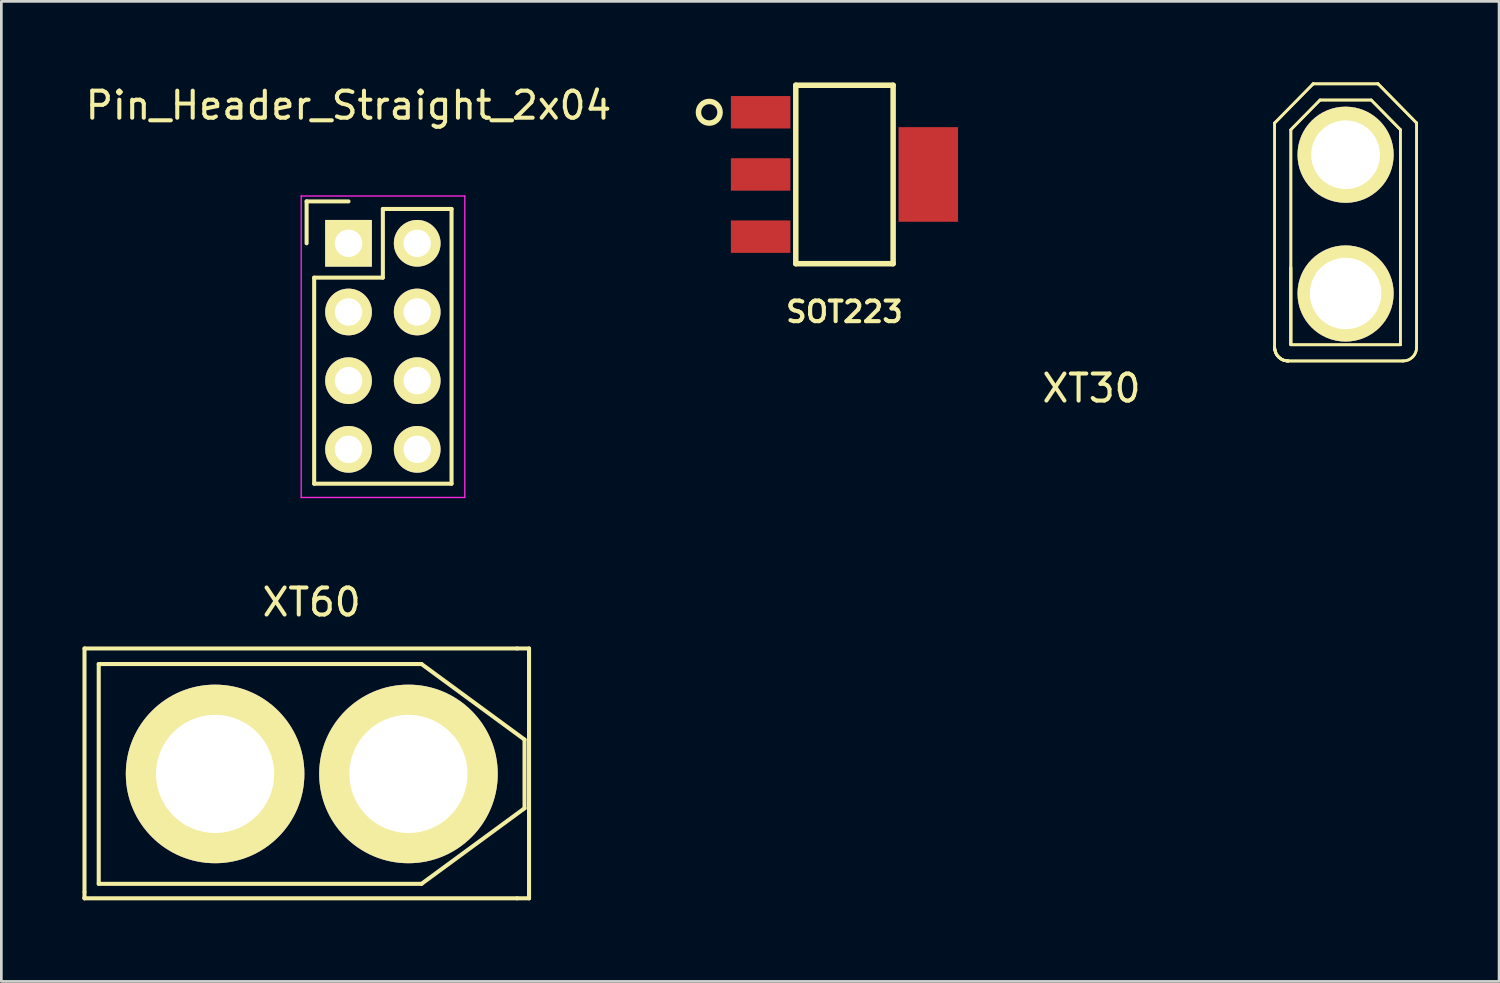
<source format=kicad_pcb>
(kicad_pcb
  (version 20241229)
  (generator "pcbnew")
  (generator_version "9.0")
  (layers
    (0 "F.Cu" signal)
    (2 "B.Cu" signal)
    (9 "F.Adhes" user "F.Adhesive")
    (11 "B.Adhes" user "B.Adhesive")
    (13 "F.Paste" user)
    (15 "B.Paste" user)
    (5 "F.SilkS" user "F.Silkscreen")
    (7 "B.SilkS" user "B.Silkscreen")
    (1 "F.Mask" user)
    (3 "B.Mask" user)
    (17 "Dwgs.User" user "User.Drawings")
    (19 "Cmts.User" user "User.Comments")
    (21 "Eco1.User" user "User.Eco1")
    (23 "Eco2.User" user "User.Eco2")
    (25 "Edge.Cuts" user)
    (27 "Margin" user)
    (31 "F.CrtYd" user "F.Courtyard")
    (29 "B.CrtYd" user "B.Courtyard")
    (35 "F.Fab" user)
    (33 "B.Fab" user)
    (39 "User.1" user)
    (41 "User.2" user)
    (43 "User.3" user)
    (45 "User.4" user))
  (footprint "Pin_Header_Straight_2x04"
    (layer "F.Cu")
    (at 9.839 5.948)
    (property "Reference" "Pin_Header_Straight_2x04" (at 0 -5.1 0) (layer "F.SilkS") (effects (font (size 1 1) (thickness 0.15))))
    (attr through_hole)
    (fp_line (start -1.55 -1.55) (end -1.55 0) (stroke (width 0.15) (type solid)) (layer "F.SilkS"))
    (fp_line (start -1.27 1.27) (end -1.27 8.89) (stroke (width 0.15) (type solid)) (layer "F.SilkS"))
    (fp_line (start -1.27 8.89) (end 3.81 8.89) (stroke (width 0.15) (type solid)) (layer "F.SilkS"))
    (fp_line (start 0 -1.55) (end -1.55 -1.55) (stroke (width 0.15) (type solid)) (layer "F.SilkS"))
    (fp_line (start 1.27 -1.27) (end 1.27 1.27) (stroke (width 0.15) (type solid)) (layer "F.SilkS"))
    (fp_line (start 1.27 1.27) (end -1.27 1.27) (stroke (width 0.15) (type solid)) (layer "F.SilkS"))
    (fp_line (start 3.81 -1.27) (end 1.27 -1.27) (stroke (width 0.15) (type solid)) (layer "F.SilkS"))
    (fp_line (start 3.81 8.89) (end 3.81 -1.27) (stroke (width 0.15) (type solid)) (layer "F.SilkS"))
    (fp_line (start -1.75 -1.75) (end -1.75 9.4) (stroke (width 0.05) (type solid)) (layer "F.CrtYd"))
    (fp_line (start -1.75 -1.75) (end 4.3 -1.75) (stroke (width 0.05) (type solid)) (layer "F.CrtYd"))
    (fp_line (start -1.75 9.4) (end 4.3 9.4) (stroke (width 0.05) (type solid)) (layer "F.CrtYd"))
    (fp_line (start 4.3 -1.75) (end 4.3 9.4) (stroke (width 0.05) (type solid)) (layer "F.CrtYd"))
    (pad "1" thru_hole rect (at 0 0) (size 1.727 1.727) (drill 1.016) (layers "*.Cu" "*.Mask" "F.SilkS"))
    (pad "2" thru_hole oval (at 2.54 0) (size 1.727 1.727) (drill 1.016) (layers "*.Cu" "*.Mask" "F.SilkS"))
    (pad "3" thru_hole oval (at 0 2.54) (size 1.727 1.727) (drill 1.016) (layers "*.Cu" "*.Mask" "F.SilkS"))
    (pad "4" thru_hole oval (at 2.54 2.54) (size 1.727 1.727) (drill 1.016) (layers "*.Cu" "*.Mask" "F.SilkS"))
    (pad "5" thru_hole oval (at 0 5.08) (size 1.727 1.727) (drill 1.016) (layers "*.Cu" "*.Mask" "F.SilkS"))
    (pad "6" thru_hole oval (at 2.54 5.08) (size 1.727 1.727) (drill 1.016) (layers "*.Cu" "*.Mask" "F.SilkS"))
    (pad "7" thru_hole oval (at 0 7.62) (size 1.727 1.727) (drill 1.016) (layers "*.Cu" "*.Mask" "F.SilkS"))
    (pad "8" thru_hole oval (at 2.54 7.62) (size 1.727 1.727) (drill 1.016) (layers "*.Cu" "*.Mask" "F.SilkS")))
  (footprint "XT60"
    (layer "F.Cu")
    (at 8.475 25.572)
    (property "Reference" "XT60" (at 0 -6.35 0) (layer "F.SilkS") (effects (font (size 1 1) (thickness 0.15))))
    (attr through_hole)
    (fp_line (start -8.4 -4.64) (end -8.4 4.36) (stroke (width 0.15) (type solid)) (layer "F.SilkS"))
    (fp_line (start -8.4 -4.64) (end 7.6 -4.64) (stroke (width 0.15) (type solid)) (layer "F.SilkS"))
    (fp_line (start -8.4 4.38) (end -8.4 4.58) (stroke (width 0.15) (type solid)) (layer "F.SilkS"))
    (fp_line (start -8.4 4.58) (end -8.4 4.6) (stroke (width 0.15) (type solid)) (layer "F.SilkS"))
    (fp_line (start -8.4 4.6) (end 7.6 4.6) (stroke (width 0.15) (type solid)) (layer "F.SilkS"))
    (fp_line (start -7.874 4.064) (end -7.874 -4.064) (stroke (width 0.15) (type solid)) (layer "F.SilkS"))
    (fp_line (start -7.874 4.064) (end 4.064 4.064) (stroke (width 0.15) (type solid)) (layer "F.SilkS"))
    (fp_line (start 4.064 -4.064) (end -7.874 -4.064) (stroke (width 0.15) (type solid)) (layer "F.SilkS"))
    (fp_line (start 4.064 4.064) (end 7.874 1.27) (stroke (width 0.15) (type solid)) (layer "F.SilkS"))
    (fp_line (start 7.6 -4.64) (end 8.04 -4.64) (stroke (width 0.15) (type solid)) (layer "F.SilkS"))
    (fp_line (start 7.6 4.6) (end 8.04 4.6) (stroke (width 0.15) (type solid)) (layer "F.SilkS"))
    (fp_line (start 7.874 -1.27) (end 4.064 -4.064) (stroke (width 0.15) (type solid)) (layer "F.SilkS"))
    (fp_line (start 7.874 1.27) (end 7.874 -1.27) (stroke (width 0.15) (type solid)) (layer "F.SilkS"))
    (fp_line (start 8.04 -4.64) (end 8.04 4.36) (stroke (width 0.15) (type solid)) (layer "F.SilkS"))
    (fp_line (start 8.04 4.38) (end 8.04 4.58) (stroke (width 0.15) (type solid)) (layer "F.SilkS"))
    (fp_line (start 8.04 4.58) (end 8.04 4.6) (stroke (width 0.15) (type solid)) (layer "F.SilkS"))
    (pad "1" thru_hole circle (at -3.57 0) (size 6.604 6.604) (drill 4.369) (layers "*.Cu" "*.Mask" "F.SilkS"))
    (pad "2" thru_hole circle (at 3.581 0) (size 6.604 6.604) (drill 4.369) (layers "*.Cu" "*.Mask" "F.SilkS")))
  (footprint "SOT223"
    (layer "F.Cu")
    (at 28.18 3.402)
    (property "Reference" "SOT223" (at 0 5.08 0) (layer "F.SilkS") (effects (font (size 0.762 0.762) (thickness 0.152))))
    (attr smd)
    (fp_line (start -1.8 -3.3) (end 1.8 -3.3) (stroke (width 0.203) (type solid)) (layer "F.SilkS"))
    (fp_line (start -1.8 3.3) (end -1.8 -3.3) (stroke (width 0.203) (type solid)) (layer "F.SilkS"))
    (fp_line (start 1.8 -3.3) (end 1.8 3.3) (stroke (width 0.203) (type solid)) (layer "F.SilkS"))
    (fp_line (start 1.8 3.3) (end -1.8 3.3) (stroke (width 0.203) (type solid)) (layer "F.SilkS"))
    (fp_circle (center -5 -2.3) (end -4.6 -2.3) (stroke (width 0.203) (type solid)) (fill no) (layer "F.SilkS"))
    (pad "1" smd rect (at -3.1 -2.3) (size 2.2 1.2) (layers "F.Cu" "F.Mask" "F.Paste"))
    (pad "2" smd rect (at -3.1 0) (size 2.2 1.2) (layers "F.Cu" "F.Mask" "F.Paste"))
    (pad "3" smd rect (at -3.1 2.3) (size 2.2 1.2) (layers "F.Cu" "F.Mask" "F.Paste"))
    (pad "4" smd rect (at 3.1 0) (size 2.2 3.5) (layers "F.Cu" "F.Mask" "F.Paste")))
  (footprint "XT30"
    (layer "F.Cu")
    (at 46.713 5.467)
    (property "Reference" "XT30" (at -9.398 5.842 0) (layer "F.SilkS") (effects (font (size 1 1) (thickness 0.15))))
    (attr through_hole)
    (fp_line (start -2.624 -3.959) (end -2.624 4.333) (stroke (width 0.1) (type solid)) (layer "F.SilkS"))
    (fp_line (start -2.624 -3.959) (end -2.624 4.333) (stroke (width 0.1) (type solid)) (layer "F.SilkS"))
    (fp_line (start -2.124 4.833) (end 2.126 4.833) (stroke (width 0.1) (type solid)) (layer "F.SilkS"))
    (fp_line (start -2.124 4.833) (end 2.126 4.833) (stroke (width 0.1) (type solid)) (layer "F.SilkS"))
    (fp_line (start -2.024 -3.713) (end -2.024 4.213) (stroke (width 0.1) (type solid)) (layer "F.SilkS"))
    (fp_line (start -2.024 -3.713) (end -2.024 4.213) (stroke (width 0.1) (type solid)) (layer "F.SilkS"))
    (fp_line (start -2.024 4.233) (end -2.024 1.379) (stroke (width 0.1) (type solid)) (layer "F.SilkS"))
    (fp_line (start -2.024 4.233) (end -2.024 1.379) (stroke (width 0.1) (type solid)) (layer "F.SilkS"))
    (fp_line (start -1.205 -5.411) (end -2.618 -3.973) (stroke (width 0.1) (type solid)) (layer "F.SilkS"))
    (fp_line (start -1.205 -5.411) (end -2.618 -3.973) (stroke (width 0.1) (type solid)) (layer "F.SilkS"))
    (fp_line (start -0.947 -4.817) (end -2.024 -3.721) (stroke (width 0.1) (type solid)) (layer "F.SilkS"))
    (fp_line (start -0.947 -4.817) (end -2.024 -3.721) (stroke (width 0.1) (type solid)) (layer "F.SilkS"))
    (fp_line (start 0.95 -4.817) (end -0.947 -4.817) (stroke (width 0.1) (type solid)) (layer "F.SilkS"))
    (fp_line (start 0.95 -4.817) (end -0.947 -4.817) (stroke (width 0.1) (type solid)) (layer "F.SilkS"))
    (fp_line (start 0.95 -4.817) (end 2.026 -3.721) (stroke (width 0.1) (type solid)) (layer "F.SilkS"))
    (fp_line (start 0.95 -4.817) (end 2.026 -3.721) (stroke (width 0.1) (type solid)) (layer "F.SilkS"))
    (fp_line (start 1.193 -5.417) (end -1.19 -5.417) (stroke (width 0.1) (type solid)) (layer "F.SilkS"))
    (fp_line (start 1.193 -5.417) (end -1.19 -5.417) (stroke (width 0.1) (type solid)) (layer "F.SilkS"))
    (fp_line (start 2.026 4.233) (end -2.024 4.233) (stroke (width 0.1) (type solid)) (layer "F.SilkS"))
    (fp_line (start 2.026 4.233) (end -2.024 4.233) (stroke (width 0.1) (type solid)) (layer "F.SilkS"))
    (fp_line (start 2.026 4.233) (end 2.026 -3.721) (stroke (width 0.1) (type solid)) (layer "F.SilkS"))
    (fp_line (start 2.026 4.233) (end 2.026 -3.721) (stroke (width 0.1) (type solid)) (layer "F.SilkS"))
    (fp_line (start 2.62 -3.973) (end 1.207 -5.411) (stroke (width 0.1) (type solid)) (layer "F.SilkS"))
    (fp_line (start 2.62 -3.973) (end 1.207 -5.411) (stroke (width 0.1) (type solid)) (layer "F.SilkS"))
    (fp_line (start 2.626 4.333) (end 2.626 -3.959) (stroke (width 0.1) (type solid)) (layer "F.SilkS"))
    (fp_line (start 2.626 4.333) (end 2.626 -3.959) (stroke (width 0.1) (type solid)) (layer "F.SilkS"))
    (fp_arc (start -2.623821 -3.958717) (mid -2.622332 -3.966291) (end -2.618085 -3.972736) (stroke (width 0.1) (type solid)) (layer "F.SilkS"))
    (fp_arc (start -2.623821 -3.958717) (mid -2.622332 -3.966291) (end -2.618085 -3.972736) (stroke (width 0.1) (type solid)) (layer "F.SilkS"))
    (fp_arc (start -2.12382 4.8331) (mid -2.477373 4.686653) (end -2.62382 4.3331) (stroke (width 0.1) (type solid)) (layer "F.SilkS"))
    (fp_arc (start -2.12382 4.8331) (mid -2.477373 4.686653) (end -2.62382 4.3331) (stroke (width 0.1) (type solid)) (layer "F.SilkS"))
    (fp_arc (start -2.12382 4.8331) (mid -2.477373 4.686653) (end -2.62382 4.3331) (stroke (width 0.1) (type solid)) (layer "F.SilkS"))
    (fp_arc (start -2.12382 4.8331) (mid -2.477373 4.686653) (end -2.62382 4.3331) (stroke (width 0.1) (type solid)) (layer "F.SilkS"))
    (fp_arc (start -2.12382 4.8331) (mid -2.477373 4.686653) (end -2.62382 4.3331) (stroke (width 0.1) (type solid)) (layer "F.SilkS"))
    (fp_arc (start -2.12382 4.8331) (mid -2.477373 4.686653) (end -2.62382 4.3331) (stroke (width 0.1) (type solid)) (layer "F.SilkS"))
    (fp_arc (start -1.204699 -5.410919) (mid -1.198168 -5.415345) (end -1.190434 -5.4169) (stroke (width 0.1) (type solid)) (layer "F.SilkS"))
    (fp_arc (start -1.204699 -5.410919) (mid -1.198168 -5.415345) (end -1.190434 -5.4169) (stroke (width 0.1) (type solid)) (layer "F.SilkS"))
    (fp_arc (start -1.204699 -5.410919) (mid -1.198168 -5.415345) (end -1.190434 -5.4169) (stroke (width 0.1) (type solid)) (layer "F.SilkS"))
    (fp_arc (start -1.204699 -5.410919) (mid -1.198168 -5.415345) (end -1.190434 -5.4169) (stroke (width 0.1) (type solid)) (layer "F.SilkS"))
    (fp_arc (start -0.99882 -2.7919) (mid -0.964746 -3.050719) (end -0.864845 -3.2919) (stroke (width 0.1) (type solid)) (layer "F.SilkS"))
    (fp_arc (start -0.99882 -2.7919) (mid -0.964746 -3.050719) (end -0.864845 -3.2919) (stroke (width 0.1) (type solid)) (layer "F.SilkS"))
    (fp_arc (start -0.99882 2.3351) (mid 0.00118 1.3351) (end 1.00118 2.3351) (stroke (width 0.1) (type solid)) (layer "F.SilkS"))
    (fp_arc (start -0.99882 2.3351) (mid 0.00118 1.3351) (end 1.00118 2.3351) (stroke (width 0.1) (type solid)) (layer "F.SilkS"))
    (fp_arc (start -0.865207 2.834473) (mid -0.964839 2.593569) (end -0.99882 2.3351) (stroke (width 0.1) (type solid)) (layer "F.SilkS"))
    (fp_arc (start -0.865207 2.834473) (mid -0.964839 2.593569) (end -0.99882 2.3351) (stroke (width 0.1) (type solid)) (layer "F.SilkS"))
    (fp_arc (start -0.864845 -3.2919) (mid 0.00118 -3.7919) (end 0.867205 -3.2919) (stroke (width 0.1) (type solid)) (layer "F.SilkS"))
    (fp_arc (start -0.864845 -3.2919) (mid 0.00118 -3.7919) (end 0.867205 -3.2919) (stroke (width 0.1) (type solid)) (layer "F.SilkS"))
    (fp_arc (start 0.867205 2.8351) (mid 0.00118 3.3351) (end -0.864845 2.8351) (stroke (width 0.1) (type solid)) (layer "F.SilkS"))
    (fp_arc (start 0.867205 2.8351) (mid 0.00118 3.3351) (end -0.864845 2.8351) (stroke (width 0.1) (type solid)) (layer "F.SilkS"))
    (fp_arc (start 0.867567 -3.291273) (mid 0.967199 -3.050369) (end 1.00118 -2.7919) (stroke (width 0.1) (type solid)) (layer "F.SilkS"))
    (fp_arc (start 0.867567 -3.291273) (mid 0.967199 -3.050369) (end 1.00118 -2.7919) (stroke (width 0.1) (type solid)) (layer "F.SilkS"))
    (fp_arc (start 1.00118 -2.7919) (mid 0.00118 -1.7919) (end -0.99882 -2.7919) (stroke (width 0.1) (type solid)) (layer "F.SilkS"))
    (fp_arc (start 1.00118 -2.7919) (mid 0.00118 -1.7919) (end -0.99882 -2.7919) (stroke (width 0.1) (type solid)) (layer "F.SilkS"))
    (fp_arc (start 1.00118 2.3351) (mid 0.967106 2.593919) (end 0.867205 2.8351) (stroke (width 0.1) (type solid)) (layer "F.SilkS"))
    (fp_arc (start 1.00118 2.3351) (mid 0.967106 2.593919) (end 0.867205 2.8351) (stroke (width 0.1) (type solid)) (layer "F.SilkS"))
    (fp_arc (start 1.192793 -5.4169) (mid 1.200527 -5.415344) (end 1.207058 -5.410919) (stroke (width 0.1) (type solid)) (layer "F.SilkS"))
    (fp_arc (start 1.192793 -5.4169) (mid 1.200527 -5.415344) (end 1.207058 -5.410919) (stroke (width 0.1) (type solid)) (layer "F.SilkS"))
    (fp_arc (start 1.192793 -5.4169) (mid 1.200527 -5.415344) (end 1.207058 -5.410919) (stroke (width 0.1) (type solid)) (layer "F.SilkS"))
    (fp_arc (start 1.192793 -5.4169) (mid 1.200527 -5.415344) (end 1.207058 -5.410919) (stroke (width 0.1) (type solid)) (layer "F.SilkS"))
    (fp_arc (start 2.620445 -3.972736) (mid 2.624691 -3.96629) (end 2.62618 -3.958717) (stroke (width 0.1) (type solid)) (layer "F.SilkS"))
    (fp_arc (start 2.620445 -3.972736) (mid 2.624691 -3.96629) (end 2.62618 -3.958717) (stroke (width 0.1) (type solid)) (layer "F.SilkS"))
    (fp_arc (start 2.620445 -3.972736) (mid 2.624691 -3.96629) (end 2.62618 -3.958717) (stroke (width 0.1) (type solid)) (layer "F.SilkS"))
    (fp_arc (start 2.620445 -3.972736) (mid 2.624691 -3.96629) (end 2.62618 -3.958717) (stroke (width 0.1) (type solid)) (layer "F.SilkS"))
    (fp_arc (start 2.62618 4.3331) (mid 2.479733 4.686653) (end 2.12618 4.8331) (stroke (width 0.1) (type solid)) (layer "F.SilkS"))
    (fp_arc (start 2.62618 4.3331) (mid 2.479733 4.686653) (end 2.12618 4.8331) (stroke (width 0.1) (type solid)) (layer "F.SilkS"))
    (pad "1" thru_hole circle (at 0 2.337) (size 3.556 3.556) (drill 2.642) (layers "*.Cu" "*.Mask" "F.SilkS"))
    (pad "2" thru_hole circle (at 0 -2.794) (size 3.556 3.556) (drill 2.54) (layers "*.Cu" "*.Mask" "F.SilkS")))
  (gr_rect
    (start -3 -3)
    (end 52.389 33.246)
    (stroke (width 0.1) (type default))
    (fill no)
    (layer "Edge.Cuts")))
</source>
